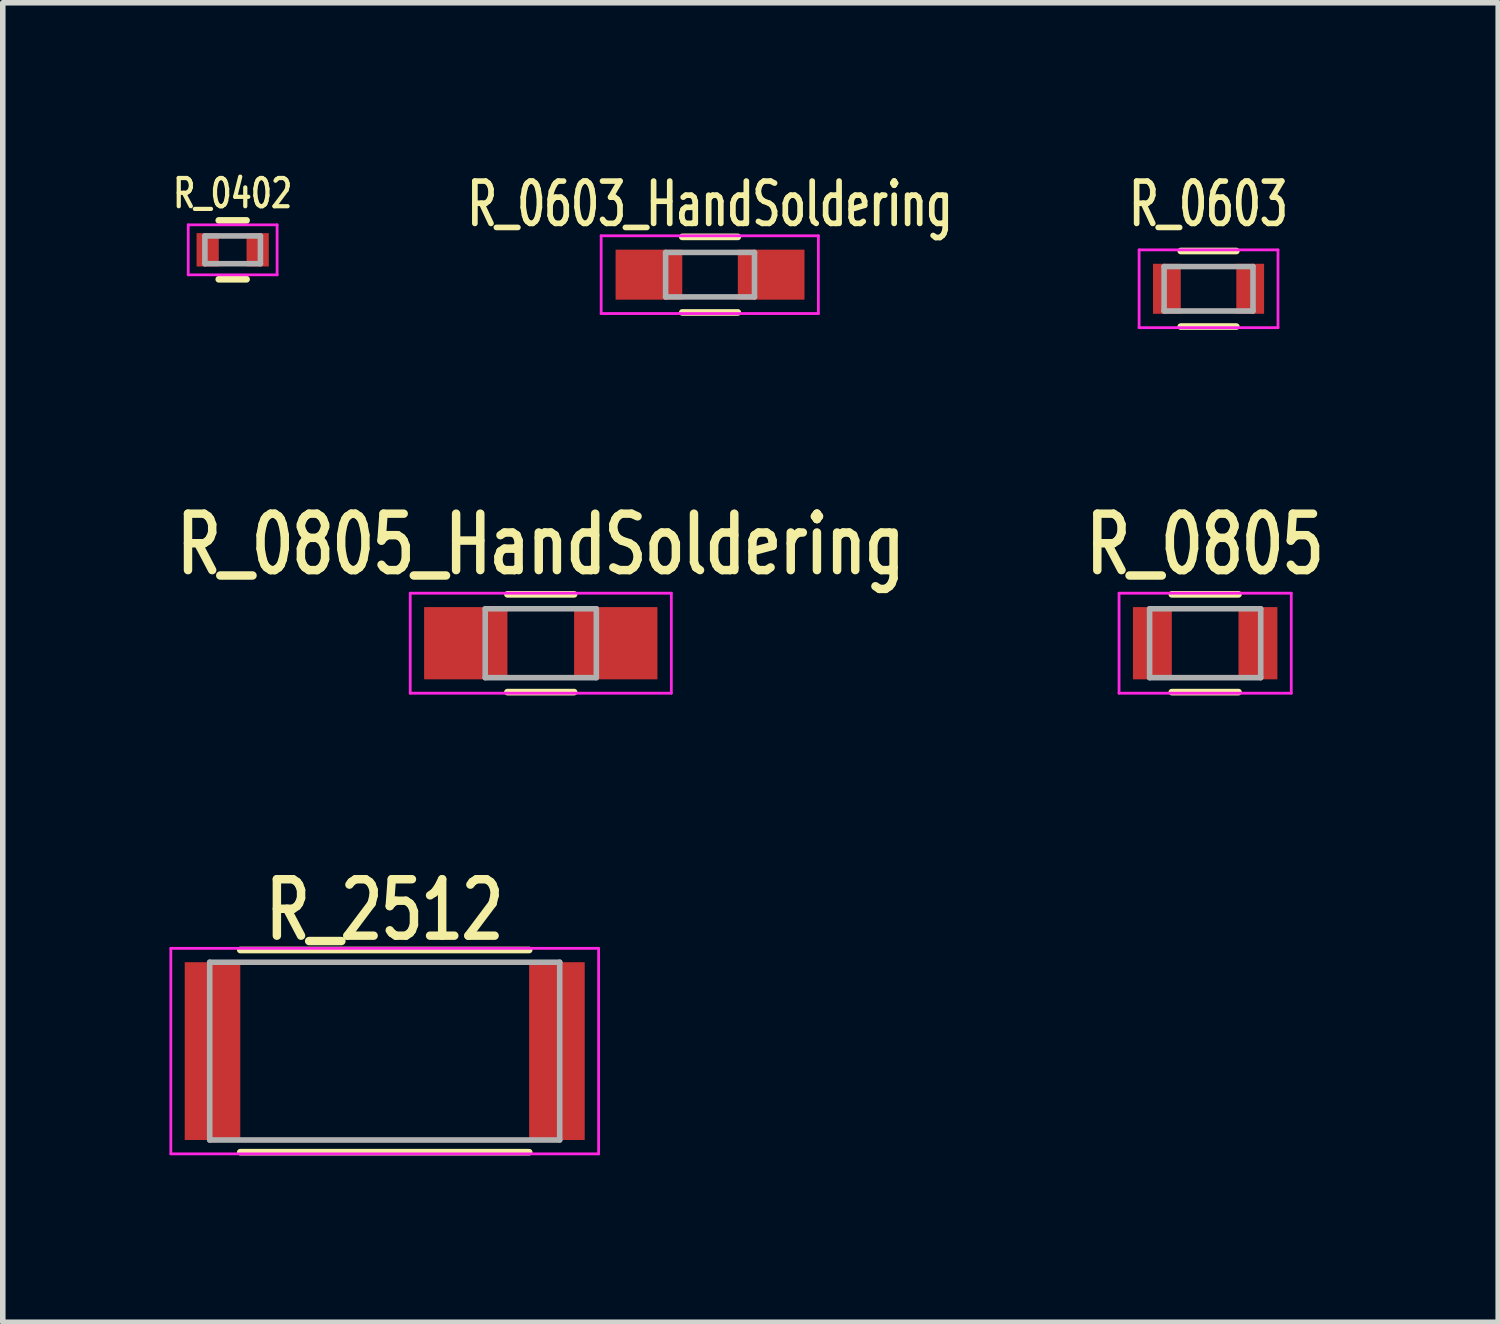
<source format=kicad_pcb>
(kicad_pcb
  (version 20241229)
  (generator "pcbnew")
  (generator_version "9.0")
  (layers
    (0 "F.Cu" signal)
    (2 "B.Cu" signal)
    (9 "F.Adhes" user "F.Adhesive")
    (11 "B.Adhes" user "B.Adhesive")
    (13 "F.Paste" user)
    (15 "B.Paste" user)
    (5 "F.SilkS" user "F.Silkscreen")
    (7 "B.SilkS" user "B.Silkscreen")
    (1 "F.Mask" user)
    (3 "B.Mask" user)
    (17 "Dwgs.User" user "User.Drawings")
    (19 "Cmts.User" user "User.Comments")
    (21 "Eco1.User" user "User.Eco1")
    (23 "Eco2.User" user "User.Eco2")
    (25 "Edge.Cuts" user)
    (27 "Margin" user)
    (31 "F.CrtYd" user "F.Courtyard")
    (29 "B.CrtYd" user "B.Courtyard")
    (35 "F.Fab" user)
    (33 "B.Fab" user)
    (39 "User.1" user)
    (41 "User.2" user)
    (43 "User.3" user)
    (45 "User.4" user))
  (footprint "R_0402"
    (layer "F.Cu")
    (at 1.138 1.447)
    (property "Reference" "R_0402" (at 0 -1.016 0) (layer "F.SilkS") (effects (font (size 0.508 0.381) (thickness 0.076))))
    (attr smd)
    (fp_line (start -0.25 0.53) (end 0.25 0.53) (stroke (width 0.12) (type solid)) (layer "F.SilkS"))
    (fp_line (start 0.25 -0.53) (end -0.25 -0.53) (stroke (width 0.12) (type solid)) (layer "F.SilkS"))
    (fp_line (start -0.8 -0.45) (end -0.8 0.45) (stroke (width 0.05) (type solid)) (layer "F.CrtYd"))
    (fp_line (start -0.8 -0.45) (end 0.8 -0.45) (stroke (width 0.05) (type solid)) (layer "F.CrtYd"))
    (fp_line (start 0.8 0.45) (end -0.8 0.45) (stroke (width 0.05) (type solid)) (layer "F.CrtYd"))
    (fp_line (start 0.8 0.45) (end 0.8 -0.45) (stroke (width 0.05) (type solid)) (layer "F.CrtYd"))
    (fp_line (start -0.5 -0.25) (end 0.5 -0.25) (stroke (width 0.1) (type solid)) (layer "F.Fab"))
    (fp_line (start -0.5 0.25) (end -0.5 -0.25) (stroke (width 0.1) (type solid)) (layer "F.Fab"))
    (fp_line (start 0.5 -0.25) (end 0.5 0.25) (stroke (width 0.1) (type solid)) (layer "F.Fab"))
    (fp_line (start 0.5 0.25) (end -0.5 0.25) (stroke (width 0.1) (type solid)) (layer "F.Fab"))
    (pad "1" smd rect (at -0.45 0) (size 0.4 0.6) (layers "F.Cu" "F.Mask" "F.Paste"))
    (pad "2" smd rect (at 0.45 0) (size 0.4 0.6) (layers "F.Cu" "F.Mask" "F.Paste")))
  (footprint "R_0603"
    (layer "F.Cu")
    (at 18.704 2.148)
    (property "Reference" "R_0603" (at 0 -1.524 0) (layer "F.SilkS") (effects (font (size 0.762 0.508) (thickness 0.102))))
    (attr smd)
    (fp_line (start -0.5 -0.68) (end 0.5 -0.68) (stroke (width 0.12) (type solid)) (layer "F.SilkS"))
    (fp_line (start 0.5 0.68) (end -0.5 0.68) (stroke (width 0.12) (type solid)) (layer "F.SilkS"))
    (fp_line (start -1.25 -0.7) (end -1.25 0.7) (stroke (width 0.05) (type solid)) (layer "F.CrtYd"))
    (fp_line (start -1.25 -0.7) (end 1.25 -0.7) (stroke (width 0.05) (type solid)) (layer "F.CrtYd"))
    (fp_line (start 1.25 0.7) (end -1.25 0.7) (stroke (width 0.05) (type solid)) (layer "F.CrtYd"))
    (fp_line (start 1.25 0.7) (end 1.25 -0.7) (stroke (width 0.05) (type solid)) (layer "F.CrtYd"))
    (fp_line (start -0.8 -0.4) (end 0.8 -0.4) (stroke (width 0.1) (type solid)) (layer "F.Fab"))
    (fp_line (start -0.8 0.4) (end -0.8 -0.4) (stroke (width 0.1) (type solid)) (layer "F.Fab"))
    (fp_line (start 0.8 -0.4) (end 0.8 0.4) (stroke (width 0.1) (type solid)) (layer "F.Fab"))
    (fp_line (start 0.8 0.4) (end -0.8 0.4) (stroke (width 0.1) (type solid)) (layer "F.Fab"))
    (pad "1" smd rect (at -0.75 0) (size 0.5 0.9) (layers "F.Cu" "F.Mask" "F.Paste"))
    (pad "2" smd rect (at 0.75 0) (size 0.5 0.9) (layers "F.Cu" "F.Mask" "F.Paste")))
  (footprint "R_2512"
    (layer "F.Cu")
    (at 3.875 15.87)
    (property "Reference" "R_2512" (at 0 -2.54 0) (layer "F.SilkS") (effects (font (size 1.016 0.762) (thickness 0.152))))
    (attr smd)
    (fp_line (start -2.6 -1.82) (end 2.6 -1.82) (stroke (width 0.12) (type solid)) (layer "F.SilkS"))
    (fp_line (start 2.6 1.82) (end -2.6 1.82) (stroke (width 0.12) (type solid)) (layer "F.SilkS"))
    (fp_line (start -3.85 -1.85) (end -3.85 1.85) (stroke (width 0.05) (type solid)) (layer "F.CrtYd"))
    (fp_line (start -3.85 -1.85) (end 3.85 -1.85) (stroke (width 0.05) (type solid)) (layer "F.CrtYd"))
    (fp_line (start 3.85 1.85) (end -3.85 1.85) (stroke (width 0.05) (type solid)) (layer "F.CrtYd"))
    (fp_line (start 3.85 1.85) (end 3.85 -1.85) (stroke (width 0.05) (type solid)) (layer "F.CrtYd"))
    (fp_line (start -3.15 -1.6) (end 3.15 -1.6) (stroke (width 0.1) (type solid)) (layer "F.Fab"))
    (fp_line (start -3.15 1.6) (end -3.15 -1.6) (stroke (width 0.1) (type solid)) (layer "F.Fab"))
    (fp_line (start 3.15 -1.6) (end 3.15 1.6) (stroke (width 0.1) (type solid)) (layer "F.Fab"))
    (fp_line (start 3.15 1.6) (end -3.15 1.6) (stroke (width 0.1) (type solid)) (layer "F.Fab"))
    (pad "1" smd rect (at -3.1 0) (size 1 3.2) (layers "F.Cu" "F.Mask" "F.Paste"))
    (pad "2" smd rect (at 3.1 0) (size 1 3.2) (layers "F.Cu" "F.Mask" "F.Paste")))
  (footprint "R_0603_HandSoldering"
    (layer "F.Cu")
    (at 9.731 1.894)
    (property "Reference" "R_0603_HandSoldering" (at 0 -1.27 0) (layer "F.SilkS") (effects (font (size 0.762 0.508) (thickness 0.102))))
    (attr smd)
    (fp_line (start -0.5 -0.68) (end 0.5 -0.68) (stroke (width 0.12) (type solid)) (layer "F.SilkS"))
    (fp_line (start 0.5 0.68) (end -0.5 0.68) (stroke (width 0.12) (type solid)) (layer "F.SilkS"))
    (fp_line (start -1.96 -0.7) (end -1.96 0.7) (stroke (width 0.05) (type solid)) (layer "F.CrtYd"))
    (fp_line (start -1.96 -0.7) (end 1.95 -0.7) (stroke (width 0.05) (type solid)) (layer "F.CrtYd"))
    (fp_line (start 1.95 0.7) (end -1.96 0.7) (stroke (width 0.05) (type solid)) (layer "F.CrtYd"))
    (fp_line (start 1.95 0.7) (end 1.95 -0.7) (stroke (width 0.05) (type solid)) (layer "F.CrtYd"))
    (fp_line (start -0.8 -0.4) (end 0.8 -0.4) (stroke (width 0.1) (type solid)) (layer "F.Fab"))
    (fp_line (start -0.8 0.4) (end -0.8 -0.4) (stroke (width 0.1) (type solid)) (layer "F.Fab"))
    (fp_line (start 0.8 -0.4) (end 0.8 0.4) (stroke (width 0.1) (type solid)) (layer "F.Fab"))
    (fp_line (start 0.8 0.4) (end -0.8 0.4) (stroke (width 0.1) (type solid)) (layer "F.Fab"))
    (pad "1" smd rect (at -1.1 0) (size 1.2 0.9) (layers "F.Cu" "F.Mask" "F.Paste"))
    (pad "2" smd rect (at 1.1 0) (size 1.2 0.9) (layers "F.Cu" "F.Mask" "F.Paste")))
  (footprint "R_0805_HandSoldering"
    (layer "F.Cu")
    (at 6.684 8.528)
    (property "Reference" "R_0805_HandSoldering" (at 0 -1.778 0) (layer "F.SilkS") (effects (font (size 1.016 0.762) (thickness 0.152))))
    (attr smd)
    (fp_line (start -0.6 -0.88) (end 0.6 -0.88) (stroke (width 0.12) (type solid)) (layer "F.SilkS"))
    (fp_line (start 0.6 0.88) (end -0.6 0.88) (stroke (width 0.12) (type solid)) (layer "F.SilkS"))
    (fp_line (start -2.35 -0.9) (end -2.35 0.9) (stroke (width 0.05) (type solid)) (layer "F.CrtYd"))
    (fp_line (start -2.35 -0.9) (end 2.35 -0.9) (stroke (width 0.05) (type solid)) (layer "F.CrtYd"))
    (fp_line (start 2.35 0.9) (end -2.35 0.9) (stroke (width 0.05) (type solid)) (layer "F.CrtYd"))
    (fp_line (start 2.35 0.9) (end 2.35 -0.9) (stroke (width 0.05) (type solid)) (layer "F.CrtYd"))
    (fp_line (start -1 -0.62) (end 1 -0.62) (stroke (width 0.1) (type solid)) (layer "F.Fab"))
    (fp_line (start -1 0.62) (end -1 -0.62) (stroke (width 0.1) (type solid)) (layer "F.Fab"))
    (fp_line (start 1 -0.62) (end 1 0.62) (stroke (width 0.1) (type solid)) (layer "F.Fab"))
    (fp_line (start 1 0.62) (end -1 0.62) (stroke (width 0.1) (type solid)) (layer "F.Fab"))
    (pad "1" smd rect (at -1.35 0) (size 1.5 1.3) (layers "F.Cu" "F.Mask" "F.Paste"))
    (pad "2" smd rect (at 1.35 0) (size 1.5 1.3) (layers "F.Cu" "F.Mask" "F.Paste")))
  (footprint "R_0805"
    (layer "F.Cu")
    (at 18.643 8.528)
    (property "Reference" "R_0805" (at 0 -1.778 0) (layer "F.SilkS") (effects (font (size 1.016 0.762) (thickness 0.152))))
    (attr smd)
    (fp_line (start -0.6 -0.88) (end 0.6 -0.88) (stroke (width 0.12) (type solid)) (layer "F.SilkS"))
    (fp_line (start 0.6 0.88) (end -0.6 0.88) (stroke (width 0.12) (type solid)) (layer "F.SilkS"))
    (fp_line (start -1.55 -0.9) (end -1.55 0.9) (stroke (width 0.05) (type solid)) (layer "F.CrtYd"))
    (fp_line (start -1.55 -0.9) (end 1.55 -0.9) (stroke (width 0.05) (type solid)) (layer "F.CrtYd"))
    (fp_line (start 1.55 0.9) (end -1.55 0.9) (stroke (width 0.05) (type solid)) (layer "F.CrtYd"))
    (fp_line (start 1.55 0.9) (end 1.55 -0.9) (stroke (width 0.05) (type solid)) (layer "F.CrtYd"))
    (fp_line (start -1 -0.62) (end 1 -0.62) (stroke (width 0.1) (type solid)) (layer "F.Fab"))
    (fp_line (start -1 0.62) (end -1 -0.62) (stroke (width 0.1) (type solid)) (layer "F.Fab"))
    (fp_line (start 1 -0.62) (end 1 0.62) (stroke (width 0.1) (type solid)) (layer "F.Fab"))
    (fp_line (start 1 0.62) (end -1 0.62) (stroke (width 0.1) (type solid)) (layer "F.Fab"))
    (pad "1" smd rect (at -0.95 0) (size 0.7 1.3) (layers "F.Cu" "F.Mask" "F.Paste"))
    (pad "2" smd rect (at 0.95 0) (size 0.7 1.3) (layers "F.Cu" "F.Mask" "F.Paste")))
  (gr_rect
    (start -3 -3)
    (end 23.918 20.75)
    (stroke (width 0.1) (type default))
    (fill no)
    (layer "Edge.Cuts")))
</source>
